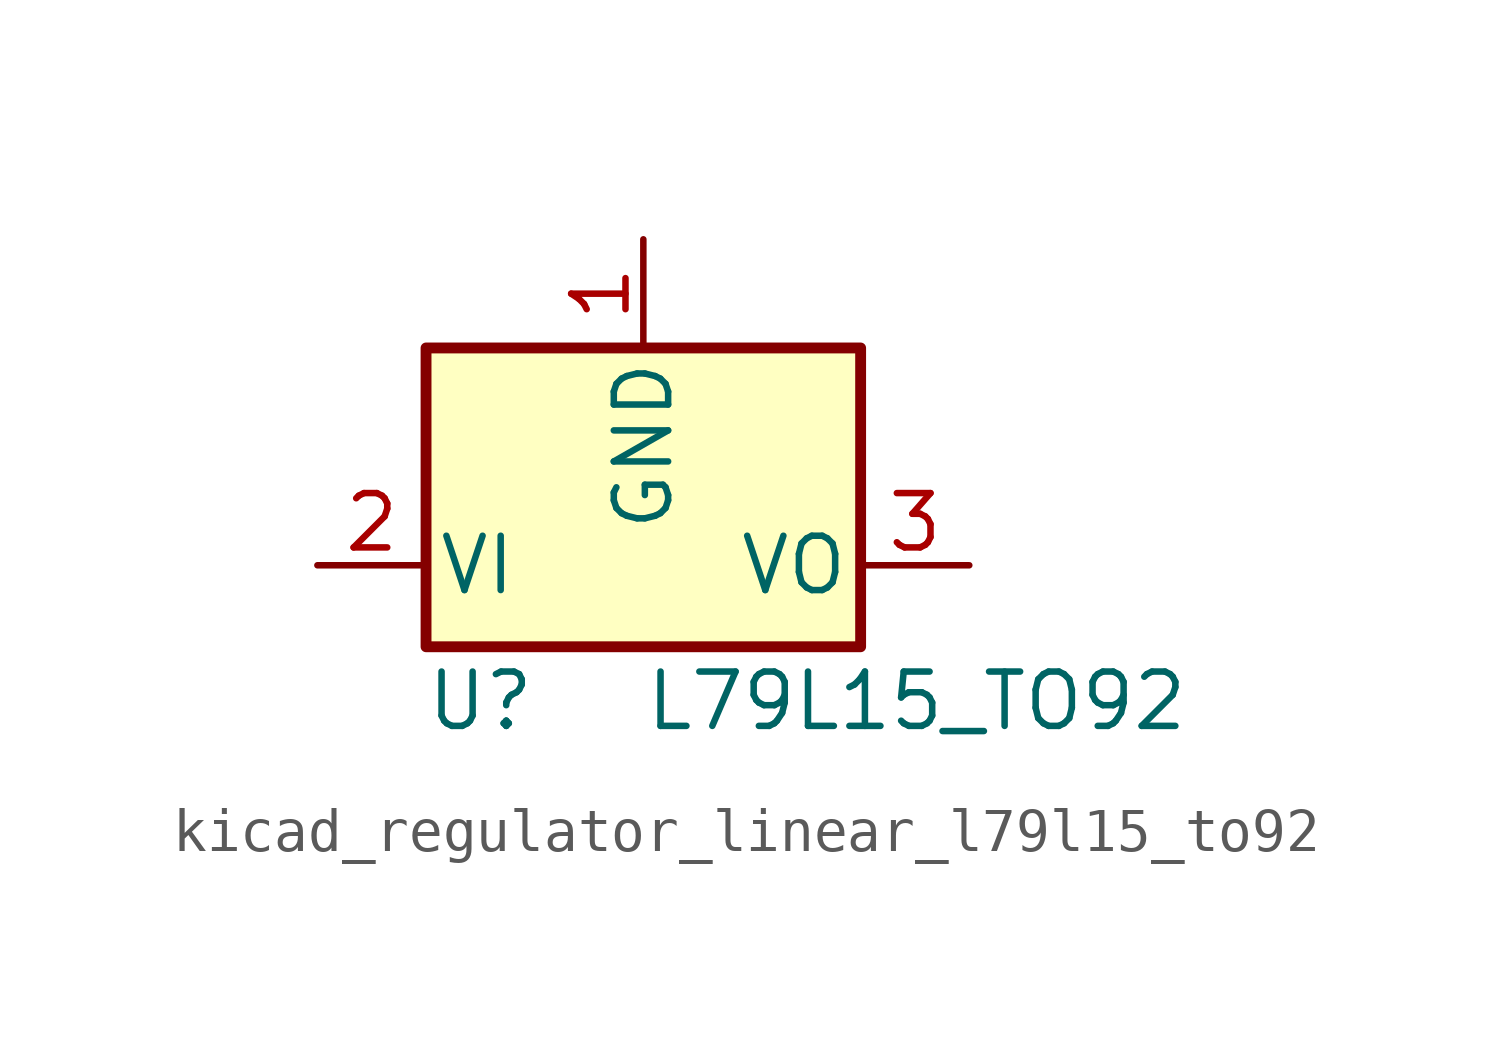
<source format=kicad_sym>
(kicad_symbol_lib
  (version 20220914)
  (generator kicad_symbol_editor)
  (symbol "kicad_regulator_linear_l79l15_to92"
    (pin_names
      (offset 0.254))
    (property "Reference" "U"
      (at -3.81 -3.175 0)
      (effects (font (size 1.27 1.27))))
    (property "Value" "L79L15_TO92"
      (at 0 -3.175 0)
      (effects (font (size 1.27 1.27)) (justify left)))
    (symbol "kicad_regulator_linear_l79l15_to92_0_1"
      (rectangle (start -5.08 5.08) (end 5.08 -1.905) (stroke (width 0.254) (type default)) (fill (type background))))
    (symbol "kicad_regulator_linear_l79l15_to92_1_1"
      (pin power_in line (at 0 7.62 270) (length 2.54) (name "GND" (effects (font (size 1.27 1.27)))) (number "1" (effects (font (size 1.27 1.27)))))
      (pin power_in line (at -7.62 0 0) (length 2.54) (name "VI" (effects (font (size 1.27 1.27)))) (number "2" (effects (font (size 1.27 1.27)))))
      (pin power_out line (at 7.62 0 180) (length 2.54) (name "VO" (effects (font (size 1.27 1.27)))) (number "3" (effects (font (size 1.27 1.27))))))))
</source>
